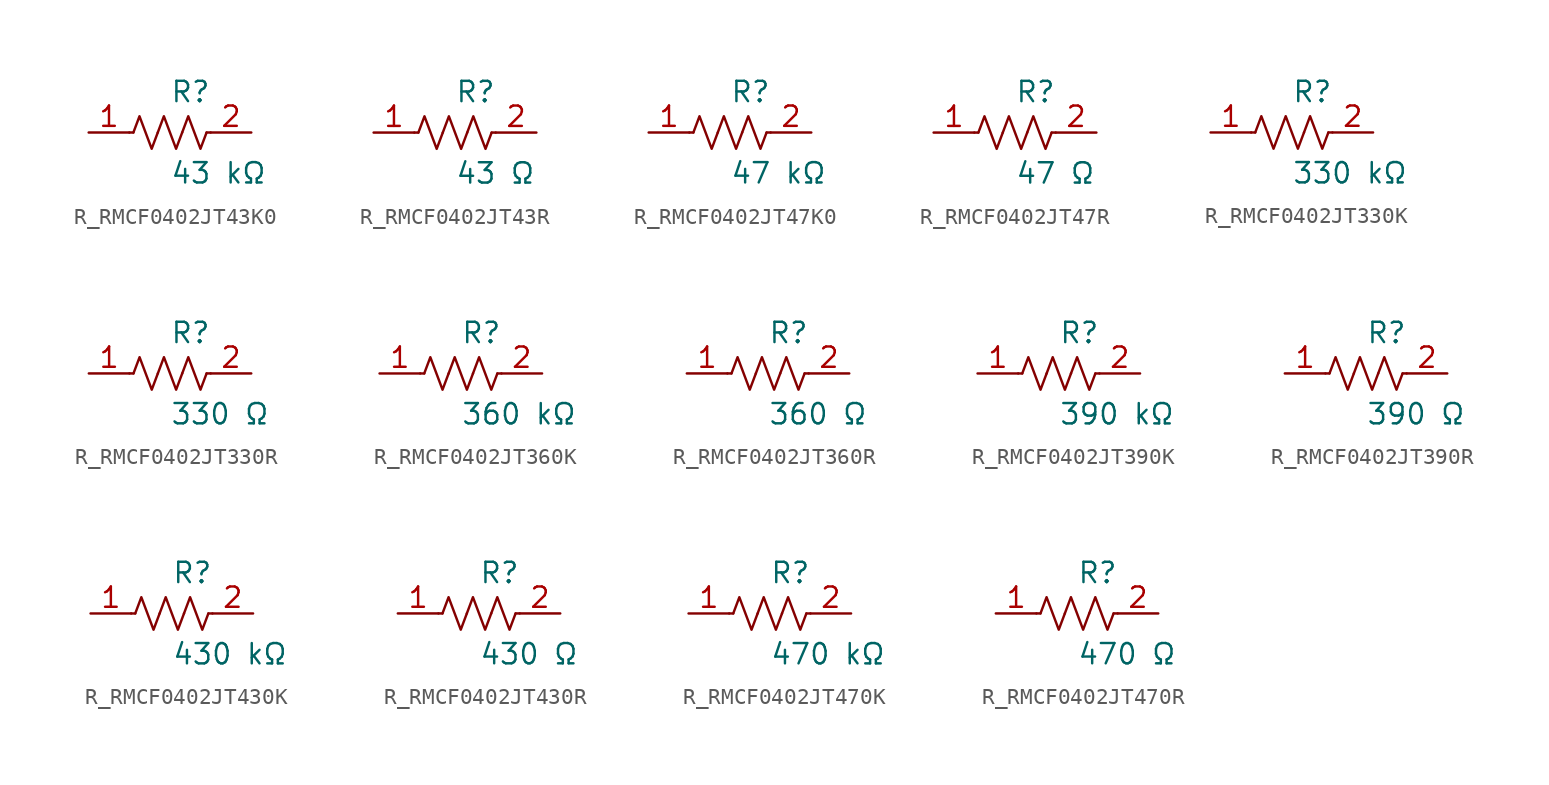
<source format=kicad_sym>
(kicad_symbol_lib
  (version 20231120)
  (generator kicad_symbol_editor)
  (generator_version 8.0)
  (symbol "R_RMCF0402JT43K0"
    (pin_names
      (offset 0.254))
    (property "Reference" "R"
      (at 0 2.54 0)
      (effects (font (size 1.27 1.27)) (justify left)))
    (property "Value" "43 kΩ"
      (at 0 -2.54 0)
      (effects (font (size 1.27 1.27)) (justify left)))
    (symbol "R_RMCF0402JT43K0_0_1"
      (polyline (pts (xy 2.286 0) (xy 2.54 0)) (stroke (width 0) (type default)) (fill (type none)))
      (polyline (pts (xy -2.286 0) (xy -2.54 0)) (stroke (width 0) (type default)) (fill (type none)))
      (polyline (pts (xy 0.762 0) (xy 1.143 1.016) (xy 1.524 0) (xy 1.905 -1.016) (xy 2.286 0)) (stroke (width 0) (type default)) (fill (type none)))
      (polyline (pts (xy -0.762 0) (xy -0.381 1.016) (xy 0 0) (xy 0.381 -1.016) (xy 0.762 0)) (stroke (width 0) (type default)) (fill (type none)))
      (polyline (pts (xy -2.286 0) (xy -1.905 1.016) (xy -1.524 0) (xy -1.143 -1.016) (xy -0.762 0)) (stroke (width 0) (type default)) (fill (type none))))
    (pin unspecified line
      (at -5.08 0 0)
      (length 2.54)
      (name "" (effects (font (size 1.27 1.27))))
      (number "1" (effects (font (size 1.27 1.27)))))
    (pin unspecified line
      (at 5.08 0 180)
      (length 2.54)
      (name "" (effects (font (size 1.27 1.27))))
      (number "2" (effects (font (size 1.27 1.27))))))
  (symbol "R_RMCF0402JT43R"
    (pin_names
      (offset 0.254))
    (property "Reference" "R"
      (at 0 2.54 0)
      (effects (font (size 1.27 1.27)) (justify left)))
    (property "Value" "43 Ω"
      (at 0 -2.54 0)
      (effects (font (size 1.27 1.27)) (justify left)))
    (symbol "R_RMCF0402JT43R_0_1"
      (polyline (pts (xy 2.286 0) (xy 2.54 0)) (stroke (width 0) (type default)) (fill (type none)))
      (polyline (pts (xy -2.286 0) (xy -2.54 0)) (stroke (width 0) (type default)) (fill (type none)))
      (polyline (pts (xy 0.762 0) (xy 1.143 1.016) (xy 1.524 0) (xy 1.905 -1.016) (xy 2.286 0)) (stroke (width 0) (type default)) (fill (type none)))
      (polyline (pts (xy -0.762 0) (xy -0.381 1.016) (xy 0 0) (xy 0.381 -1.016) (xy 0.762 0)) (stroke (width 0) (type default)) (fill (type none)))
      (polyline (pts (xy -2.286 0) (xy -1.905 1.016) (xy -1.524 0) (xy -1.143 -1.016) (xy -0.762 0)) (stroke (width 0) (type default)) (fill (type none))))
    (pin unspecified line
      (at -5.08 0 0)
      (length 2.54)
      (name "" (effects (font (size 1.27 1.27))))
      (number "1" (effects (font (size 1.27 1.27)))))
    (pin unspecified line
      (at 5.08 0 180)
      (length 2.54)
      (name "" (effects (font (size 1.27 1.27))))
      (number "2" (effects (font (size 1.27 1.27))))))
  (symbol "R_RMCF0402JT47K0"
    (pin_names
      (offset 0.254))
    (property "Reference" "R"
      (at 0 2.54 0)
      (effects (font (size 1.27 1.27)) (justify left)))
    (property "Value" "47 kΩ"
      (at 0 -2.54 0)
      (effects (font (size 1.27 1.27)) (justify left)))
    (symbol "R_RMCF0402JT47K0_0_1"
      (polyline (pts (xy 2.286 0) (xy 2.54 0)) (stroke (width 0) (type default)) (fill (type none)))
      (polyline (pts (xy -2.286 0) (xy -2.54 0)) (stroke (width 0) (type default)) (fill (type none)))
      (polyline (pts (xy 0.762 0) (xy 1.143 1.016) (xy 1.524 0) (xy 1.905 -1.016) (xy 2.286 0)) (stroke (width 0) (type default)) (fill (type none)))
      (polyline (pts (xy -0.762 0) (xy -0.381 1.016) (xy 0 0) (xy 0.381 -1.016) (xy 0.762 0)) (stroke (width 0) (type default)) (fill (type none)))
      (polyline (pts (xy -2.286 0) (xy -1.905 1.016) (xy -1.524 0) (xy -1.143 -1.016) (xy -0.762 0)) (stroke (width 0) (type default)) (fill (type none))))
    (pin unspecified line
      (at -5.08 0 0)
      (length 2.54)
      (name "" (effects (font (size 1.27 1.27))))
      (number "1" (effects (font (size 1.27 1.27)))))
    (pin unspecified line
      (at 5.08 0 180)
      (length 2.54)
      (name "" (effects (font (size 1.27 1.27))))
      (number "2" (effects (font (size 1.27 1.27))))))
  (symbol "R_RMCF0402JT47R"
    (pin_names
      (offset 0.254))
    (property "Reference" "R"
      (at 0 2.54 0)
      (effects (font (size 1.27 1.27)) (justify left)))
    (property "Value" "47 Ω"
      (at 0 -2.54 0)
      (effects (font (size 1.27 1.27)) (justify left)))
    (symbol "R_RMCF0402JT47R_0_1"
      (polyline (pts (xy 2.286 0) (xy 2.54 0)) (stroke (width 0) (type default)) (fill (type none)))
      (polyline (pts (xy -2.286 0) (xy -2.54 0)) (stroke (width 0) (type default)) (fill (type none)))
      (polyline (pts (xy 0.762 0) (xy 1.143 1.016) (xy 1.524 0) (xy 1.905 -1.016) (xy 2.286 0)) (stroke (width 0) (type default)) (fill (type none)))
      (polyline (pts (xy -0.762 0) (xy -0.381 1.016) (xy 0 0) (xy 0.381 -1.016) (xy 0.762 0)) (stroke (width 0) (type default)) (fill (type none)))
      (polyline (pts (xy -2.286 0) (xy -1.905 1.016) (xy -1.524 0) (xy -1.143 -1.016) (xy -0.762 0)) (stroke (width 0) (type default)) (fill (type none))))
    (pin unspecified line
      (at -5.08 0 0)
      (length 2.54)
      (name "" (effects (font (size 1.27 1.27))))
      (number "1" (effects (font (size 1.27 1.27)))))
    (pin unspecified line
      (at 5.08 0 180)
      (length 2.54)
      (name "" (effects (font (size 1.27 1.27))))
      (number "2" (effects (font (size 1.27 1.27))))))
  (symbol "R_RMCF0402JT330K"
    (pin_names
      (offset 0.254))
    (property "Reference" "R"
      (at 0 2.54 0)
      (effects (font (size 1.27 1.27)) (justify left)))
    (property "Value" "330 kΩ"
      (at 0 -2.54 0)
      (effects (font (size 1.27 1.27)) (justify left)))
    (symbol "R_RMCF0402JT330K_0_1"
      (polyline (pts (xy 2.286 0) (xy 2.54 0)) (stroke (width 0) (type default)) (fill (type none)))
      (polyline (pts (xy -2.286 0) (xy -2.54 0)) (stroke (width 0) (type default)) (fill (type none)))
      (polyline (pts (xy 0.762 0) (xy 1.143 1.016) (xy 1.524 0) (xy 1.905 -1.016) (xy 2.286 0)) (stroke (width 0) (type default)) (fill (type none)))
      (polyline (pts (xy -0.762 0) (xy -0.381 1.016) (xy 0 0) (xy 0.381 -1.016) (xy 0.762 0)) (stroke (width 0) (type default)) (fill (type none)))
      (polyline (pts (xy -2.286 0) (xy -1.905 1.016) (xy -1.524 0) (xy -1.143 -1.016) (xy -0.762 0)) (stroke (width 0) (type default)) (fill (type none))))
    (pin unspecified line
      (at -5.08 0 0)
      (length 2.54)
      (name "" (effects (font (size 1.27 1.27))))
      (number "1" (effects (font (size 1.27 1.27)))))
    (pin unspecified line
      (at 5.08 0 180)
      (length 2.54)
      (name "" (effects (font (size 1.27 1.27))))
      (number "2" (effects (font (size 1.27 1.27))))))
  (symbol "R_RMCF0402JT330R"
    (pin_names
      (offset 0.254))
    (property "Reference" "R"
      (at 0 2.54 0)
      (effects (font (size 1.27 1.27)) (justify left)))
    (property "Value" "330 Ω"
      (at 0 -2.54 0)
      (effects (font (size 1.27 1.27)) (justify left)))
    (symbol "R_RMCF0402JT330R_0_1"
      (polyline (pts (xy 2.286 0) (xy 2.54 0)) (stroke (width 0) (type default)) (fill (type none)))
      (polyline (pts (xy -2.286 0) (xy -2.54 0)) (stroke (width 0) (type default)) (fill (type none)))
      (polyline (pts (xy 0.762 0) (xy 1.143 1.016) (xy 1.524 0) (xy 1.905 -1.016) (xy 2.286 0)) (stroke (width 0) (type default)) (fill (type none)))
      (polyline (pts (xy -0.762 0) (xy -0.381 1.016) (xy 0 0) (xy 0.381 -1.016) (xy 0.762 0)) (stroke (width 0) (type default)) (fill (type none)))
      (polyline (pts (xy -2.286 0) (xy -1.905 1.016) (xy -1.524 0) (xy -1.143 -1.016) (xy -0.762 0)) (stroke (width 0) (type default)) (fill (type none))))
    (pin unspecified line
      (at -5.08 0 0)
      (length 2.54)
      (name "" (effects (font (size 1.27 1.27))))
      (number "1" (effects (font (size 1.27 1.27)))))
    (pin unspecified line
      (at 5.08 0 180)
      (length 2.54)
      (name "" (effects (font (size 1.27 1.27))))
      (number "2" (effects (font (size 1.27 1.27))))))
  (symbol "R_RMCF0402JT360K"
    (pin_names
      (offset 0.254))
    (property "Reference" "R"
      (at 0 2.54 0)
      (effects (font (size 1.27 1.27)) (justify left)))
    (property "Value" "360 kΩ"
      (at 0 -2.54 0)
      (effects (font (size 1.27 1.27)) (justify left)))
    (symbol "R_RMCF0402JT360K_0_1"
      (polyline (pts (xy 2.286 0) (xy 2.54 0)) (stroke (width 0) (type default)) (fill (type none)))
      (polyline (pts (xy -2.286 0) (xy -2.54 0)) (stroke (width 0) (type default)) (fill (type none)))
      (polyline (pts (xy 0.762 0) (xy 1.143 1.016) (xy 1.524 0) (xy 1.905 -1.016) (xy 2.286 0)) (stroke (width 0) (type default)) (fill (type none)))
      (polyline (pts (xy -0.762 0) (xy -0.381 1.016) (xy 0 0) (xy 0.381 -1.016) (xy 0.762 0)) (stroke (width 0) (type default)) (fill (type none)))
      (polyline (pts (xy -2.286 0) (xy -1.905 1.016) (xy -1.524 0) (xy -1.143 -1.016) (xy -0.762 0)) (stroke (width 0) (type default)) (fill (type none))))
    (pin unspecified line
      (at -5.08 0 0)
      (length 2.54)
      (name "" (effects (font (size 1.27 1.27))))
      (number "1" (effects (font (size 1.27 1.27)))))
    (pin unspecified line
      (at 5.08 0 180)
      (length 2.54)
      (name "" (effects (font (size 1.27 1.27))))
      (number "2" (effects (font (size 1.27 1.27))))))
  (symbol "R_RMCF0402JT360R"
    (pin_names
      (offset 0.254))
    (property "Reference" "R"
      (at 0 2.54 0)
      (effects (font (size 1.27 1.27)) (justify left)))
    (property "Value" "360 Ω"
      (at 0 -2.54 0)
      (effects (font (size 1.27 1.27)) (justify left)))
    (symbol "R_RMCF0402JT360R_0_1"
      (polyline (pts (xy 2.286 0) (xy 2.54 0)) (stroke (width 0) (type default)) (fill (type none)))
      (polyline (pts (xy -2.286 0) (xy -2.54 0)) (stroke (width 0) (type default)) (fill (type none)))
      (polyline (pts (xy 0.762 0) (xy 1.143 1.016) (xy 1.524 0) (xy 1.905 -1.016) (xy 2.286 0)) (stroke (width 0) (type default)) (fill (type none)))
      (polyline (pts (xy -0.762 0) (xy -0.381 1.016) (xy 0 0) (xy 0.381 -1.016) (xy 0.762 0)) (stroke (width 0) (type default)) (fill (type none)))
      (polyline (pts (xy -2.286 0) (xy -1.905 1.016) (xy -1.524 0) (xy -1.143 -1.016) (xy -0.762 0)) (stroke (width 0) (type default)) (fill (type none))))
    (pin unspecified line
      (at -5.08 0 0)
      (length 2.54)
      (name "" (effects (font (size 1.27 1.27))))
      (number "1" (effects (font (size 1.27 1.27)))))
    (pin unspecified line
      (at 5.08 0 180)
      (length 2.54)
      (name "" (effects (font (size 1.27 1.27))))
      (number "2" (effects (font (size 1.27 1.27))))))
  (symbol "R_RMCF0402JT390K"
    (pin_names
      (offset 0.254))
    (property "Reference" "R"
      (at 0 2.54 0)
      (effects (font (size 1.27 1.27)) (justify left)))
    (property "Value" "390 kΩ"
      (at 0 -2.54 0)
      (effects (font (size 1.27 1.27)) (justify left)))
    (symbol "R_RMCF0402JT390K_0_1"
      (polyline (pts (xy 2.286 0) (xy 2.54 0)) (stroke (width 0) (type default)) (fill (type none)))
      (polyline (pts (xy -2.286 0) (xy -2.54 0)) (stroke (width 0) (type default)) (fill (type none)))
      (polyline (pts (xy 0.762 0) (xy 1.143 1.016) (xy 1.524 0) (xy 1.905 -1.016) (xy 2.286 0)) (stroke (width 0) (type default)) (fill (type none)))
      (polyline (pts (xy -0.762 0) (xy -0.381 1.016) (xy 0 0) (xy 0.381 -1.016) (xy 0.762 0)) (stroke (width 0) (type default)) (fill (type none)))
      (polyline (pts (xy -2.286 0) (xy -1.905 1.016) (xy -1.524 0) (xy -1.143 -1.016) (xy -0.762 0)) (stroke (width 0) (type default)) (fill (type none))))
    (pin unspecified line
      (at -5.08 0 0)
      (length 2.54)
      (name "" (effects (font (size 1.27 1.27))))
      (number "1" (effects (font (size 1.27 1.27)))))
    (pin unspecified line
      (at 5.08 0 180)
      (length 2.54)
      (name "" (effects (font (size 1.27 1.27))))
      (number "2" (effects (font (size 1.27 1.27))))))
  (symbol "R_RMCF0402JT390R"
    (pin_names
      (offset 0.254))
    (property "Reference" "R"
      (at 0 2.54 0)
      (effects (font (size 1.27 1.27)) (justify left)))
    (property "Value" "390 Ω"
      (at 0 -2.54 0)
      (effects (font (size 1.27 1.27)) (justify left)))
    (symbol "R_RMCF0402JT390R_0_1"
      (polyline (pts (xy 2.286 0) (xy 2.54 0)) (stroke (width 0) (type default)) (fill (type none)))
      (polyline (pts (xy -2.286 0) (xy -2.54 0)) (stroke (width 0) (type default)) (fill (type none)))
      (polyline (pts (xy 0.762 0) (xy 1.143 1.016) (xy 1.524 0) (xy 1.905 -1.016) (xy 2.286 0)) (stroke (width 0) (type default)) (fill (type none)))
      (polyline (pts (xy -0.762 0) (xy -0.381 1.016) (xy 0 0) (xy 0.381 -1.016) (xy 0.762 0)) (stroke (width 0) (type default)) (fill (type none)))
      (polyline (pts (xy -2.286 0) (xy -1.905 1.016) (xy -1.524 0) (xy -1.143 -1.016) (xy -0.762 0)) (stroke (width 0) (type default)) (fill (type none))))
    (pin unspecified line
      (at -5.08 0 0)
      (length 2.54)
      (name "" (effects (font (size 1.27 1.27))))
      (number "1" (effects (font (size 1.27 1.27)))))
    (pin unspecified line
      (at 5.08 0 180)
      (length 2.54)
      (name "" (effects (font (size 1.27 1.27))))
      (number "2" (effects (font (size 1.27 1.27))))))
  (symbol "R_RMCF0402JT430K"
    (pin_names
      (offset 0.254))
    (property "Reference" "R"
      (at 0 2.54 0)
      (effects (font (size 1.27 1.27)) (justify left)))
    (property "Value" "430 kΩ"
      (at 0 -2.54 0)
      (effects (font (size 1.27 1.27)) (justify left)))
    (symbol "R_RMCF0402JT430K_0_1"
      (polyline (pts (xy 2.286 0) (xy 2.54 0)) (stroke (width 0) (type default)) (fill (type none)))
      (polyline (pts (xy -2.286 0) (xy -2.54 0)) (stroke (width 0) (type default)) (fill (type none)))
      (polyline (pts (xy 0.762 0) (xy 1.143 1.016) (xy 1.524 0) (xy 1.905 -1.016) (xy 2.286 0)) (stroke (width 0) (type default)) (fill (type none)))
      (polyline (pts (xy -0.762 0) (xy -0.381 1.016) (xy 0 0) (xy 0.381 -1.016) (xy 0.762 0)) (stroke (width 0) (type default)) (fill (type none)))
      (polyline (pts (xy -2.286 0) (xy -1.905 1.016) (xy -1.524 0) (xy -1.143 -1.016) (xy -0.762 0)) (stroke (width 0) (type default)) (fill (type none))))
    (pin unspecified line
      (at -5.08 0 0)
      (length 2.54)
      (name "" (effects (font (size 1.27 1.27))))
      (number "1" (effects (font (size 1.27 1.27)))))
    (pin unspecified line
      (at 5.08 0 180)
      (length 2.54)
      (name "" (effects (font (size 1.27 1.27))))
      (number "2" (effects (font (size 1.27 1.27))))))
  (symbol "R_RMCF0402JT430R"
    (pin_names
      (offset 0.254))
    (property "Reference" "R"
      (at 0 2.54 0)
      (effects (font (size 1.27 1.27)) (justify left)))
    (property "Value" "430 Ω"
      (at 0 -2.54 0)
      (effects (font (size 1.27 1.27)) (justify left)))
    (symbol "R_RMCF0402JT430R_0_1"
      (polyline (pts (xy 2.286 0) (xy 2.54 0)) (stroke (width 0) (type default)) (fill (type none)))
      (polyline (pts (xy -2.286 0) (xy -2.54 0)) (stroke (width 0) (type default)) (fill (type none)))
      (polyline (pts (xy 0.762 0) (xy 1.143 1.016) (xy 1.524 0) (xy 1.905 -1.016) (xy 2.286 0)) (stroke (width 0) (type default)) (fill (type none)))
      (polyline (pts (xy -0.762 0) (xy -0.381 1.016) (xy 0 0) (xy 0.381 -1.016) (xy 0.762 0)) (stroke (width 0) (type default)) (fill (type none)))
      (polyline (pts (xy -2.286 0) (xy -1.905 1.016) (xy -1.524 0) (xy -1.143 -1.016) (xy -0.762 0)) (stroke (width 0) (type default)) (fill (type none))))
    (pin unspecified line
      (at -5.08 0 0)
      (length 2.54)
      (name "" (effects (font (size 1.27 1.27))))
      (number "1" (effects (font (size 1.27 1.27)))))
    (pin unspecified line
      (at 5.08 0 180)
      (length 2.54)
      (name "" (effects (font (size 1.27 1.27))))
      (number "2" (effects (font (size 1.27 1.27))))))
  (symbol "R_RMCF0402JT470K"
    (pin_names
      (offset 0.254))
    (property "Reference" "R"
      (at 0 2.54 0)
      (effects (font (size 1.27 1.27)) (justify left)))
    (property "Value" "470 kΩ"
      (at 0 -2.54 0)
      (effects (font (size 1.27 1.27)) (justify left)))
    (symbol "R_RMCF0402JT470K_0_1"
      (polyline (pts (xy 2.286 0) (xy 2.54 0)) (stroke (width 0) (type default)) (fill (type none)))
      (polyline (pts (xy -2.286 0) (xy -2.54 0)) (stroke (width 0) (type default)) (fill (type none)))
      (polyline (pts (xy 0.762 0) (xy 1.143 1.016) (xy 1.524 0) (xy 1.905 -1.016) (xy 2.286 0)) (stroke (width 0) (type default)) (fill (type none)))
      (polyline (pts (xy -0.762 0) (xy -0.381 1.016) (xy 0 0) (xy 0.381 -1.016) (xy 0.762 0)) (stroke (width 0) (type default)) (fill (type none)))
      (polyline (pts (xy -2.286 0) (xy -1.905 1.016) (xy -1.524 0) (xy -1.143 -1.016) (xy -0.762 0)) (stroke (width 0) (type default)) (fill (type none))))
    (pin unspecified line
      (at -5.08 0 0)
      (length 2.54)
      (name "" (effects (font (size 1.27 1.27))))
      (number "1" (effects (font (size 1.27 1.27)))))
    (pin unspecified line
      (at 5.08 0 180)
      (length 2.54)
      (name "" (effects (font (size 1.27 1.27))))
      (number "2" (effects (font (size 1.27 1.27))))))
  (symbol "R_RMCF0402JT470R"
    (pin_names
      (offset 0.254))
    (property "Reference" "R"
      (at 0 2.54 0)
      (effects (font (size 1.27 1.27)) (justify left)))
    (property "Value" "470 Ω"
      (at 0 -2.54 0)
      (effects (font (size 1.27 1.27)) (justify left)))
    (symbol "R_RMCF0402JT470R_0_1"
      (polyline (pts (xy 2.286 0) (xy 2.54 0)) (stroke (width 0) (type default)) (fill (type none)))
      (polyline (pts (xy -2.286 0) (xy -2.54 0)) (stroke (width 0) (type default)) (fill (type none)))
      (polyline (pts (xy 0.762 0) (xy 1.143 1.016) (xy 1.524 0) (xy 1.905 -1.016) (xy 2.286 0)) (stroke (width 0) (type default)) (fill (type none)))
      (polyline (pts (xy -0.762 0) (xy -0.381 1.016) (xy 0 0) (xy 0.381 -1.016) (xy 0.762 0)) (stroke (width 0) (type default)) (fill (type none)))
      (polyline (pts (xy -2.286 0) (xy -1.905 1.016) (xy -1.524 0) (xy -1.143 -1.016) (xy -0.762 0)) (stroke (width 0) (type default)) (fill (type none))))
    (pin unspecified line
      (at -5.08 0 0)
      (length 2.54)
      (name "" (effects (font (size 1.27 1.27))))
      (number "1" (effects (font (size 1.27 1.27)))))
    (pin unspecified line
      (at 5.08 0 180)
      (length 2.54)
      (name "" (effects (font (size 1.27 1.27))))
      (number "2" (effects (font (size 1.27 1.27)))))))
</source>
